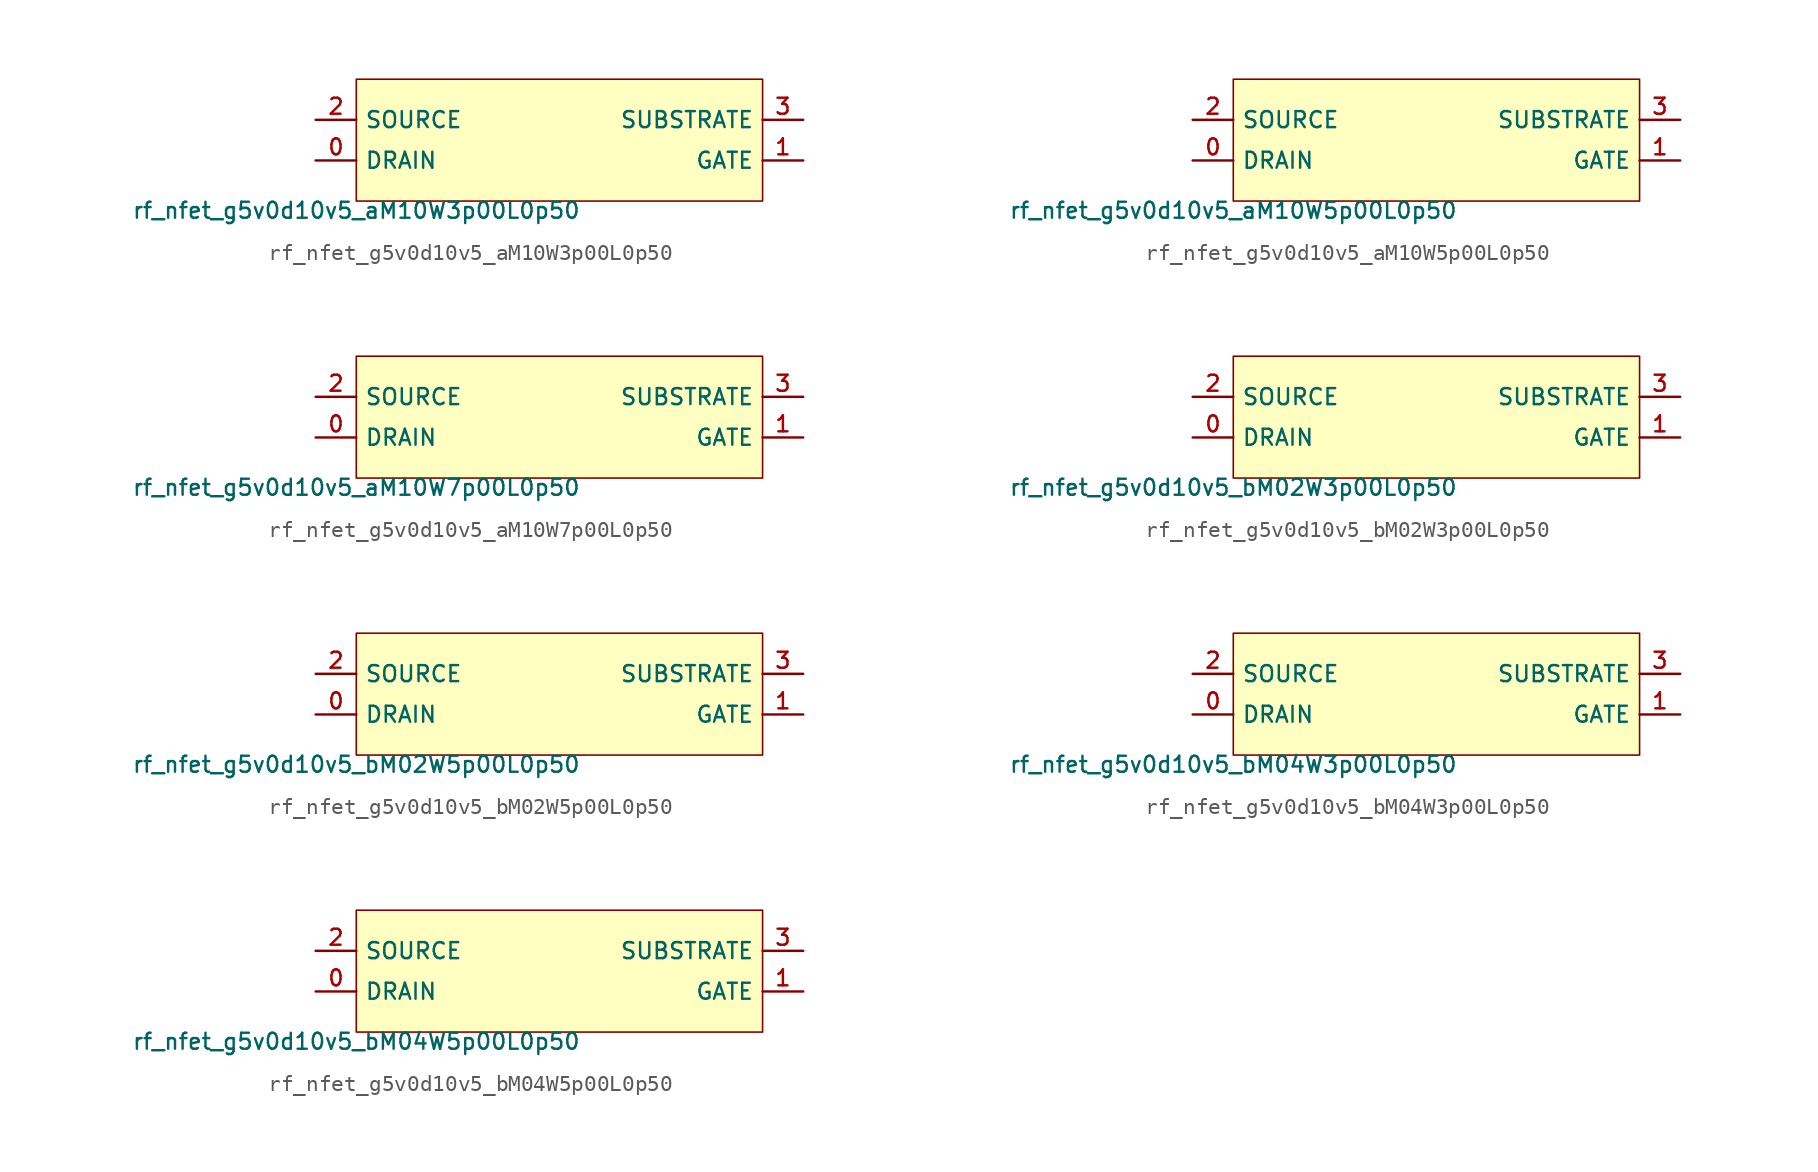
<source format=kicad_sym>
(kicad_symbol_lib
  (version 20211014)
  (generator pdk2kicad)
  (symbol "rf_nfet_g5v0d10v5_aM10W3p00L0p50"
    (property "Reference" "X"
      (at 0 0 0)
      (effects (font (size 1 1)) hide))
    (property "Value" "rf_nfet_g5v0d10v5_aM10W3p00L0p50"
      (at -12.7 -3.81 0)
      (effects (font (size 1 1)) (justify top)))
    (rectangle
      (start -12.7 -3.81)
      (end 12.7 3.81)
      (stroke (width 0.1) (type solid) (color 0 0 0 0))
      (fill (type background)))
    (pin bidirectional line
      (at -15.24 -1.27 0)
      (length 2.54)
      (name "DRAIN" (effects (font (size 1 1)) hide))
      (number "0" (effects (font (size 1 1)) hide)))
    (pin bidirectional line
      (at 15.24 -1.27 180)
      (length 2.54)
      (name "GATE" (effects (font (size 1 1)) hide))
      (number "1" (effects (font (size 1 1)) hide)))
    (pin bidirectional line
      (at -15.24 1.27 0)
      (length 2.54)
      (name "SOURCE" (effects (font (size 1 1)) hide))
      (number "2" (effects (font (size 1 1)) hide)))
    (pin bidirectional line
      (at 15.24 1.27 180)
      (length 2.54)
      (name "SUBSTRATE" (effects (font (size 1 1)) hide))
      (number "3" (effects (font (size 1 1)) hide))))
  (symbol "rf_nfet_g5v0d10v5_aM10W5p00L0p50"
    (property "Reference" "X"
      (at 0 0 0)
      (effects (font (size 1 1)) hide))
    (property "Value" "rf_nfet_g5v0d10v5_aM10W5p00L0p50"
      (at -12.7 -3.81 0)
      (effects (font (size 1 1)) (justify top)))
    (rectangle
      (start -12.7 -3.81)
      (end 12.7 3.81)
      (stroke (width 0.1) (type solid) (color 0 0 0 0))
      (fill (type background)))
    (pin bidirectional line
      (at -15.24 -1.27 0)
      (length 2.54)
      (name "DRAIN" (effects (font (size 1 1)) hide))
      (number "0" (effects (font (size 1 1)) hide)))
    (pin bidirectional line
      (at 15.24 -1.27 180)
      (length 2.54)
      (name "GATE" (effects (font (size 1 1)) hide))
      (number "1" (effects (font (size 1 1)) hide)))
    (pin bidirectional line
      (at -15.24 1.27 0)
      (length 2.54)
      (name "SOURCE" (effects (font (size 1 1)) hide))
      (number "2" (effects (font (size 1 1)) hide)))
    (pin bidirectional line
      (at 15.24 1.27 180)
      (length 2.54)
      (name "SUBSTRATE" (effects (font (size 1 1)) hide))
      (number "3" (effects (font (size 1 1)) hide))))
  (symbol "rf_nfet_g5v0d10v5_aM10W7p00L0p50"
    (property "Reference" "X"
      (at 0 0 0)
      (effects (font (size 1 1)) hide))
    (property "Value" "rf_nfet_g5v0d10v5_aM10W7p00L0p50"
      (at -12.7 -3.81 0)
      (effects (font (size 1 1)) (justify top)))
    (rectangle
      (start -12.7 -3.81)
      (end 12.7 3.81)
      (stroke (width 0.1) (type solid) (color 0 0 0 0))
      (fill (type background)))
    (pin bidirectional line
      (at -15.24 -1.27 0)
      (length 2.54)
      (name "DRAIN" (effects (font (size 1 1)) hide))
      (number "0" (effects (font (size 1 1)) hide)))
    (pin bidirectional line
      (at 15.24 -1.27 180)
      (length 2.54)
      (name "GATE" (effects (font (size 1 1)) hide))
      (number "1" (effects (font (size 1 1)) hide)))
    (pin bidirectional line
      (at -15.24 1.27 0)
      (length 2.54)
      (name "SOURCE" (effects (font (size 1 1)) hide))
      (number "2" (effects (font (size 1 1)) hide)))
    (pin bidirectional line
      (at 15.24 1.27 180)
      (length 2.54)
      (name "SUBSTRATE" (effects (font (size 1 1)) hide))
      (number "3" (effects (font (size 1 1)) hide))))
  (symbol "rf_nfet_g5v0d10v5_bM02W3p00L0p50"
    (property "Reference" "X"
      (at 0 0 0)
      (effects (font (size 1 1)) hide))
    (property "Value" "rf_nfet_g5v0d10v5_bM02W3p00L0p50"
      (at -12.7 -3.81 0)
      (effects (font (size 1 1)) (justify top)))
    (rectangle
      (start -12.7 -3.81)
      (end 12.7 3.81)
      (stroke (width 0.1) (type solid) (color 0 0 0 0))
      (fill (type background)))
    (pin bidirectional line
      (at -15.24 -1.27 0)
      (length 2.54)
      (name "DRAIN" (effects (font (size 1 1)) hide))
      (number "0" (effects (font (size 1 1)) hide)))
    (pin bidirectional line
      (at 15.24 -1.27 180)
      (length 2.54)
      (name "GATE" (effects (font (size 1 1)) hide))
      (number "1" (effects (font (size 1 1)) hide)))
    (pin bidirectional line
      (at -15.24 1.27 0)
      (length 2.54)
      (name "SOURCE" (effects (font (size 1 1)) hide))
      (number "2" (effects (font (size 1 1)) hide)))
    (pin bidirectional line
      (at 15.24 1.27 180)
      (length 2.54)
      (name "SUBSTRATE" (effects (font (size 1 1)) hide))
      (number "3" (effects (font (size 1 1)) hide))))
  (symbol "rf_nfet_g5v0d10v5_bM02W5p00L0p50"
    (property "Reference" "X"
      (at 0 0 0)
      (effects (font (size 1 1)) hide))
    (property "Value" "rf_nfet_g5v0d10v5_bM02W5p00L0p50"
      (at -12.7 -3.81 0)
      (effects (font (size 1 1)) (justify top)))
    (rectangle
      (start -12.7 -3.81)
      (end 12.7 3.81)
      (stroke (width 0.1) (type solid) (color 0 0 0 0))
      (fill (type background)))
    (pin bidirectional line
      (at -15.24 -1.27 0)
      (length 2.54)
      (name "DRAIN" (effects (font (size 1 1)) hide))
      (number "0" (effects (font (size 1 1)) hide)))
    (pin bidirectional line
      (at 15.24 -1.27 180)
      (length 2.54)
      (name "GATE" (effects (font (size 1 1)) hide))
      (number "1" (effects (font (size 1 1)) hide)))
    (pin bidirectional line
      (at -15.24 1.27 0)
      (length 2.54)
      (name "SOURCE" (effects (font (size 1 1)) hide))
      (number "2" (effects (font (size 1 1)) hide)))
    (pin bidirectional line
      (at 15.24 1.27 180)
      (length 2.54)
      (name "SUBSTRATE" (effects (font (size 1 1)) hide))
      (number "3" (effects (font (size 1 1)) hide))))
  (symbol "rf_nfet_g5v0d10v5_bM04W3p00L0p50"
    (property "Reference" "X"
      (at 0 0 0)
      (effects (font (size 1 1)) hide))
    (property "Value" "rf_nfet_g5v0d10v5_bM04W3p00L0p50"
      (at -12.7 -3.81 0)
      (effects (font (size 1 1)) (justify top)))
    (rectangle
      (start -12.7 -3.81)
      (end 12.7 3.81)
      (stroke (width 0.1) (type solid) (color 0 0 0 0))
      (fill (type background)))
    (pin bidirectional line
      (at -15.24 -1.27 0)
      (length 2.54)
      (name "DRAIN" (effects (font (size 1 1)) hide))
      (number "0" (effects (font (size 1 1)) hide)))
    (pin bidirectional line
      (at 15.24 -1.27 180)
      (length 2.54)
      (name "GATE" (effects (font (size 1 1)) hide))
      (number "1" (effects (font (size 1 1)) hide)))
    (pin bidirectional line
      (at -15.24 1.27 0)
      (length 2.54)
      (name "SOURCE" (effects (font (size 1 1)) hide))
      (number "2" (effects (font (size 1 1)) hide)))
    (pin bidirectional line
      (at 15.24 1.27 180)
      (length 2.54)
      (name "SUBSTRATE" (effects (font (size 1 1)) hide))
      (number "3" (effects (font (size 1 1)) hide))))
  (symbol "rf_nfet_g5v0d10v5_bM04W5p00L0p50"
    (property "Reference" "X"
      (at 0 0 0)
      (effects (font (size 1 1)) hide))
    (property "Value" "rf_nfet_g5v0d10v5_bM04W5p00L0p50"
      (at -12.7 -3.81 0)
      (effects (font (size 1 1)) (justify top)))
    (rectangle
      (start -12.7 -3.81)
      (end 12.7 3.81)
      (stroke (width 0.1) (type solid) (color 0 0 0 0))
      (fill (type background)))
    (pin bidirectional line
      (at -15.24 -1.27 0)
      (length 2.54)
      (name "DRAIN" (effects (font (size 1 1)) hide))
      (number "0" (effects (font (size 1 1)) hide)))
    (pin bidirectional line
      (at 15.24 -1.27 180)
      (length 2.54)
      (name "GATE" (effects (font (size 1 1)) hide))
      (number "1" (effects (font (size 1 1)) hide)))
    (pin bidirectional line
      (at -15.24 1.27 0)
      (length 2.54)
      (name "SOURCE" (effects (font (size 1 1)) hide))
      (number "2" (effects (font (size 1 1)) hide)))
    (pin bidirectional line
      (at 15.24 1.27 180)
      (length 2.54)
      (name "SUBSTRATE" (effects (font (size 1 1)) hide))
      (number "3" (effects (font (size 1 1)) hide)))))
</source>
